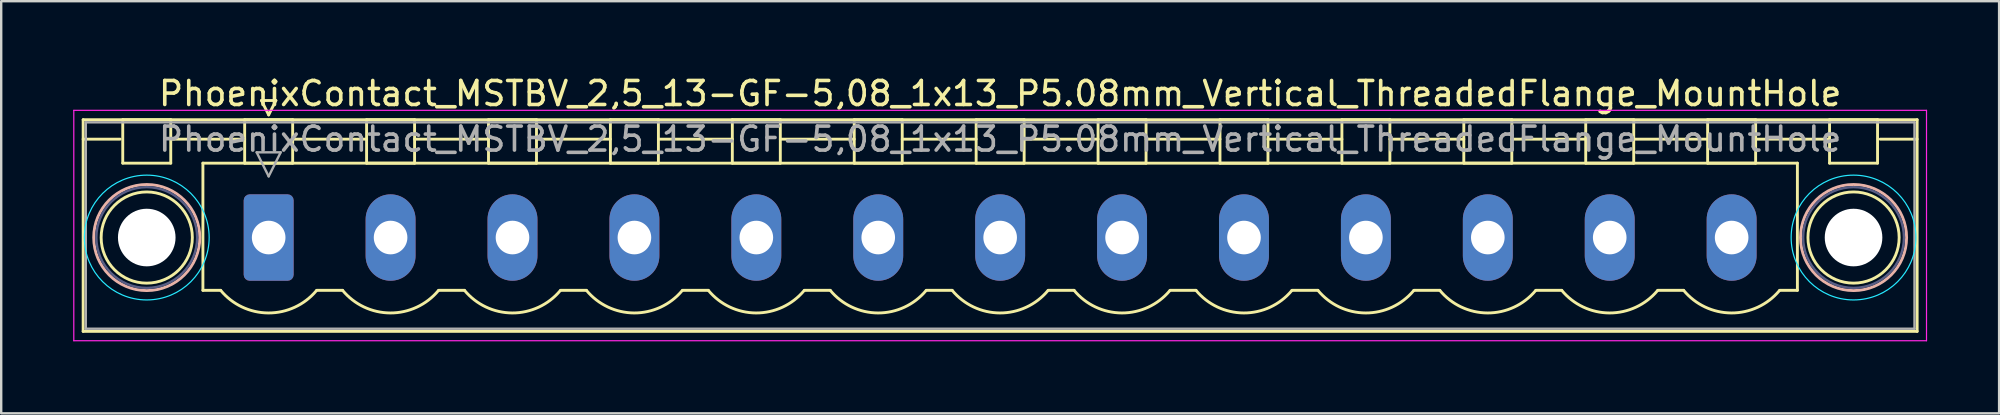
<source format=kicad_pcb>
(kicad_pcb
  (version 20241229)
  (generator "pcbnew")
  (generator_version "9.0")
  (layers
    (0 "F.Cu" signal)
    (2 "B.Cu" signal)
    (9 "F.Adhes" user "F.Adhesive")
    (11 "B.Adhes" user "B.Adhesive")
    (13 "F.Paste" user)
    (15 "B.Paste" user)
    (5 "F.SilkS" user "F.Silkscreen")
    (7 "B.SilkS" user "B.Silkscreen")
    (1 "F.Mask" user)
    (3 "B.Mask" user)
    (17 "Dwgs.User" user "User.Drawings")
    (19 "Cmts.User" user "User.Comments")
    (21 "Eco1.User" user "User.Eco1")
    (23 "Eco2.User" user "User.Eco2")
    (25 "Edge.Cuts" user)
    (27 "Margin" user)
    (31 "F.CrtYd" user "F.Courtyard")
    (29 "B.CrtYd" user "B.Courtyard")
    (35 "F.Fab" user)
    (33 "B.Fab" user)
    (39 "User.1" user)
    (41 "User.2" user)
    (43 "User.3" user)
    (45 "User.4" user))
  (footprint "PhoenixContact_MSTBV_2,5_13-GF-5,08_1x13_P5.08mm_Vertical_ThreadedFlange_MountHole"
    (layer "F.Cu")
    (at 8.145 6.848)
    (property "Reference" "PhoenixContact_MSTBV_2,5_13-GF-5,08_1x13_P5.08mm_Vertical_ThreadedFlange_MountHole" (at 30.48 -6 0) (layer "F.SilkS") (effects (font (size 1 1) (thickness 0.15))))
    (attr through_hole)
    (fp_line (start -7.73 -4.91) (end -7.73 3.91) (stroke (width 0.12) (type solid)) (layer "F.SilkS"))
    (fp_line (start -7.73 -4.1) (end -6.19 -4.1) (stroke (width 0.12) (type solid)) (layer "F.SilkS"))
    (fp_line (start -7.73 3.91) (end 68.69 3.91) (stroke (width 0.12) (type solid)) (layer "F.SilkS"))
    (fp_line (start -6.08 -4.91) (end -4.08 -4.91) (stroke (width 0.12) (type solid)) (layer "F.SilkS"))
    (fp_line (start -6.08 -3.1) (end -6.08 -4.91) (stroke (width 0.12) (type solid)) (layer "F.SilkS"))
    (fp_line (start -4.08 -4.91) (end -4.08 -3.1) (stroke (width 0.12) (type solid)) (layer "F.SilkS"))
    (fp_line (start -4.08 -4.1) (end -1 -4.1) (stroke (width 0.12) (type solid)) (layer "F.SilkS"))
    (fp_line (start -4.08 -3.1) (end -6.08 -3.1) (stroke (width 0.12) (type solid)) (layer "F.SilkS"))
    (fp_line (start -2.74 -3.1) (end 63.7 -3.1) (stroke (width 0.12) (type solid)) (layer "F.SilkS"))
    (fp_line (start -2.74 2.2) (end -2.74 -3.1) (stroke (width 0.12) (type solid)) (layer "F.SilkS"))
    (fp_line (start -2 2.2) (end -2.74 2.2) (stroke (width 0.12) (type solid)) (layer "F.SilkS"))
    (fp_line (start -1 -4.91) (end 1 -4.91) (stroke (width 0.12) (type solid)) (layer "F.SilkS"))
    (fp_line (start -1 -3.1) (end -1 -4.91) (stroke (width 0.12) (type solid)) (layer "F.SilkS"))
    (fp_line (start -0.3 -5.71) (end 0.3 -5.71) (stroke (width 0.12) (type solid)) (layer "F.SilkS"))
    (fp_line (start 0 -5.11) (end -0.3 -5.71) (stroke (width 0.12) (type solid)) (layer "F.SilkS"))
    (fp_line (start 0.3 -5.71) (end 0 -5.11) (stroke (width 0.12) (type solid)) (layer "F.SilkS"))
    (fp_line (start 1 -4.91) (end 1 -3.1) (stroke (width 0.12) (type solid)) (layer "F.SilkS"))
    (fp_line (start 1 -4.1) (end 4.08 -4.1) (stroke (width 0.12) (type solid)) (layer "F.SilkS"))
    (fp_line (start 1 -3.1) (end -1 -3.1) (stroke (width 0.12) (type solid)) (layer "F.SilkS"))
    (fp_line (start 2 2.2) (end 3.08 2.2) (stroke (width 0.12) (type solid)) (layer "F.SilkS"))
    (fp_line (start 4.08 -4.91) (end 6.08 -4.91) (stroke (width 0.12) (type solid)) (layer "F.SilkS"))
    (fp_line (start 4.08 -3.1) (end 4.08 -4.91) (stroke (width 0.12) (type solid)) (layer "F.SilkS"))
    (fp_line (start 6.08 -4.91) (end 6.08 -3.1) (stroke (width 0.12) (type solid)) (layer "F.SilkS"))
    (fp_line (start 6.08 -4.1) (end 9.16 -4.1) (stroke (width 0.12) (type solid)) (layer "F.SilkS"))
    (fp_line (start 6.08 -3.1) (end 4.08 -3.1) (stroke (width 0.12) (type solid)) (layer "F.SilkS"))
    (fp_line (start 7.08 2.2) (end 8.16 2.2) (stroke (width 0.12) (type solid)) (layer "F.SilkS"))
    (fp_line (start 9.16 -4.91) (end 11.16 -4.91) (stroke (width 0.12) (type solid)) (layer "F.SilkS"))
    (fp_line (start 9.16 -3.1) (end 9.16 -4.91) (stroke (width 0.12) (type solid)) (layer "F.SilkS"))
    (fp_line (start 11.16 -4.91) (end 11.16 -3.1) (stroke (width 0.12) (type solid)) (layer "F.SilkS"))
    (fp_line (start 11.16 -4.1) (end 14.24 -4.1) (stroke (width 0.12) (type solid)) (layer "F.SilkS"))
    (fp_line (start 11.16 -3.1) (end 9.16 -3.1) (stroke (width 0.12) (type solid)) (layer "F.SilkS"))
    (fp_line (start 12.16 2.2) (end 13.24 2.2) (stroke (width 0.12) (type solid)) (layer "F.SilkS"))
    (fp_line (start 14.24 -4.91) (end 16.24 -4.91) (stroke (width 0.12) (type solid)) (layer "F.SilkS"))
    (fp_line (start 14.24 -3.1) (end 14.24 -4.91) (stroke (width 0.12) (type solid)) (layer "F.SilkS"))
    (fp_line (start 16.24 -4.91) (end 16.24 -3.1) (stroke (width 0.12) (type solid)) (layer "F.SilkS"))
    (fp_line (start 16.24 -4.1) (end 19.32 -4.1) (stroke (width 0.12) (type solid)) (layer "F.SilkS"))
    (fp_line (start 16.24 -3.1) (end 14.24 -3.1) (stroke (width 0.12) (type solid)) (layer "F.SilkS"))
    (fp_line (start 17.24 2.2) (end 18.32 2.2) (stroke (width 0.12) (type solid)) (layer "F.SilkS"))
    (fp_line (start 19.32 -4.91) (end 21.32 -4.91) (stroke (width 0.12) (type solid)) (layer "F.SilkS"))
    (fp_line (start 19.32 -3.1) (end 19.32 -4.91) (stroke (width 0.12) (type solid)) (layer "F.SilkS"))
    (fp_line (start 21.32 -4.91) (end 21.32 -3.1) (stroke (width 0.12) (type solid)) (layer "F.SilkS"))
    (fp_line (start 21.32 -4.1) (end 24.4 -4.1) (stroke (width 0.12) (type solid)) (layer "F.SilkS"))
    (fp_line (start 21.32 -3.1) (end 19.32 -3.1) (stroke (width 0.12) (type solid)) (layer "F.SilkS"))
    (fp_line (start 22.32 2.2) (end 23.4 2.2) (stroke (width 0.12) (type solid)) (layer "F.SilkS"))
    (fp_line (start 24.4 -4.91) (end 26.4 -4.91) (stroke (width 0.12) (type solid)) (layer "F.SilkS"))
    (fp_line (start 24.4 -3.1) (end 24.4 -4.91) (stroke (width 0.12) (type solid)) (layer "F.SilkS"))
    (fp_line (start 26.4 -4.91) (end 26.4 -3.1) (stroke (width 0.12) (type solid)) (layer "F.SilkS"))
    (fp_line (start 26.4 -4.1) (end 29.48 -4.1) (stroke (width 0.12) (type solid)) (layer "F.SilkS"))
    (fp_line (start 26.4 -3.1) (end 24.4 -3.1) (stroke (width 0.12) (type solid)) (layer "F.SilkS"))
    (fp_line (start 27.4 2.2) (end 28.48 2.2) (stroke (width 0.12) (type solid)) (layer "F.SilkS"))
    (fp_line (start 29.48 -4.91) (end 31.48 -4.91) (stroke (width 0.12) (type solid)) (layer "F.SilkS"))
    (fp_line (start 29.48 -3.1) (end 29.48 -4.91) (stroke (width 0.12) (type solid)) (layer "F.SilkS"))
    (fp_line (start 31.48 -4.91) (end 31.48 -3.1) (stroke (width 0.12) (type solid)) (layer "F.SilkS"))
    (fp_line (start 31.48 -4.1) (end 34.56 -4.1) (stroke (width 0.12) (type solid)) (layer "F.SilkS"))
    (fp_line (start 31.48 -3.1) (end 29.48 -3.1) (stroke (width 0.12) (type solid)) (layer "F.SilkS"))
    (fp_line (start 32.48 2.2) (end 33.56 2.2) (stroke (width 0.12) (type solid)) (layer "F.SilkS"))
    (fp_line (start 34.56 -4.91) (end 36.56 -4.91) (stroke (width 0.12) (type solid)) (layer "F.SilkS"))
    (fp_line (start 34.56 -3.1) (end 34.56 -4.91) (stroke (width 0.12) (type solid)) (layer "F.SilkS"))
    (fp_line (start 36.56 -4.91) (end 36.56 -3.1) (stroke (width 0.12) (type solid)) (layer "F.SilkS"))
    (fp_line (start 36.56 -4.1) (end 39.64 -4.1) (stroke (width 0.12) (type solid)) (layer "F.SilkS"))
    (fp_line (start 36.56 -3.1) (end 34.56 -3.1) (stroke (width 0.12) (type solid)) (layer "F.SilkS"))
    (fp_line (start 37.56 2.2) (end 38.64 2.2) (stroke (width 0.12) (type solid)) (layer "F.SilkS"))
    (fp_line (start 39.64 -4.91) (end 41.64 -4.91) (stroke (width 0.12) (type solid)) (layer "F.SilkS"))
    (fp_line (start 39.64 -3.1) (end 39.64 -4.91) (stroke (width 0.12) (type solid)) (layer "F.SilkS"))
    (fp_line (start 41.64 -4.91) (end 41.64 -3.1) (stroke (width 0.12) (type solid)) (layer "F.SilkS"))
    (fp_line (start 41.64 -4.1) (end 44.72 -4.1) (stroke (width 0.12) (type solid)) (layer "F.SilkS"))
    (fp_line (start 41.64 -3.1) (end 39.64 -3.1) (stroke (width 0.12) (type solid)) (layer "F.SilkS"))
    (fp_line (start 42.64 2.2) (end 43.72 2.2) (stroke (width 0.12) (type solid)) (layer "F.SilkS"))
    (fp_line (start 44.72 -4.91) (end 46.72 -4.91) (stroke (width 0.12) (type solid)) (layer "F.SilkS"))
    (fp_line (start 44.72 -3.1) (end 44.72 -4.91) (stroke (width 0.12) (type solid)) (layer "F.SilkS"))
    (fp_line (start 46.72 -4.91) (end 46.72 -3.1) (stroke (width 0.12) (type solid)) (layer "F.SilkS"))
    (fp_line (start 46.72 -4.1) (end 49.8 -4.1) (stroke (width 0.12) (type solid)) (layer "F.SilkS"))
    (fp_line (start 46.72 -3.1) (end 44.72 -3.1) (stroke (width 0.12) (type solid)) (layer "F.SilkS"))
    (fp_line (start 47.72 2.2) (end 48.8 2.2) (stroke (width 0.12) (type solid)) (layer "F.SilkS"))
    (fp_line (start 49.8 -4.91) (end 51.8 -4.91) (stroke (width 0.12) (type solid)) (layer "F.SilkS"))
    (fp_line (start 49.8 -3.1) (end 49.8 -4.91) (stroke (width 0.12) (type solid)) (layer "F.SilkS"))
    (fp_line (start 51.8 -4.91) (end 51.8 -3.1) (stroke (width 0.12) (type solid)) (layer "F.SilkS"))
    (fp_line (start 51.8 -4.1) (end 54.88 -4.1) (stroke (width 0.12) (type solid)) (layer "F.SilkS"))
    (fp_line (start 51.8 -3.1) (end 49.8 -3.1) (stroke (width 0.12) (type solid)) (layer "F.SilkS"))
    (fp_line (start 52.8 2.2) (end 53.88 2.2) (stroke (width 0.12) (type solid)) (layer "F.SilkS"))
    (fp_line (start 54.88 -4.91) (end 56.88 -4.91) (stroke (width 0.12) (type solid)) (layer "F.SilkS"))
    (fp_line (start 54.88 -3.1) (end 54.88 -4.91) (stroke (width 0.12) (type solid)) (layer "F.SilkS"))
    (fp_line (start 56.88 -4.91) (end 56.88 -3.1) (stroke (width 0.12) (type solid)) (layer "F.SilkS"))
    (fp_line (start 56.88 -4.1) (end 59.96 -4.1) (stroke (width 0.12) (type solid)) (layer "F.SilkS"))
    (fp_line (start 56.88 -3.1) (end 54.88 -3.1) (stroke (width 0.12) (type solid)) (layer "F.SilkS"))
    (fp_line (start 57.88 2.2) (end 58.96 2.2) (stroke (width 0.12) (type solid)) (layer "F.SilkS"))
    (fp_line (start 59.96 -4.91) (end 61.96 -4.91) (stroke (width 0.12) (type solid)) (layer "F.SilkS"))
    (fp_line (start 59.96 -3.1) (end 59.96 -4.91) (stroke (width 0.12) (type solid)) (layer "F.SilkS"))
    (fp_line (start 61.96 -4.91) (end 61.96 -3.1) (stroke (width 0.12) (type solid)) (layer "F.SilkS"))
    (fp_line (start 61.96 -4.1) (end 65.04 -4.1) (stroke (width 0.12) (type solid)) (layer "F.SilkS"))
    (fp_line (start 61.96 -3.1) (end 59.96 -3.1) (stroke (width 0.12) (type solid)) (layer "F.SilkS"))
    (fp_line (start 63.7 -3.1) (end 63.7 2.2) (stroke (width 0.12) (type solid)) (layer "F.SilkS"))
    (fp_line (start 63.7 2.2) (end 62.96 2.2) (stroke (width 0.12) (type solid)) (layer "F.SilkS"))
    (fp_line (start 65.04 -4.91) (end 67.04 -4.91) (stroke (width 0.12) (type solid)) (layer "F.SilkS"))
    (fp_line (start 65.04 -3.1) (end 65.04 -4.91) (stroke (width 0.12) (type solid)) (layer "F.SilkS"))
    (fp_line (start 67.04 -4.91) (end 67.04 -3.1) (stroke (width 0.12) (type solid)) (layer "F.SilkS"))
    (fp_line (start 67.04 -3.1) (end 65.04 -3.1) (stroke (width 0.12) (type solid)) (layer "F.SilkS"))
    (fp_line (start 68.69 -4.91) (end -7.73 -4.91) (stroke (width 0.12) (type solid)) (layer "F.SilkS"))
    (fp_line (start 68.69 -4.1) (end 67.15 -4.1) (stroke (width 0.12) (type solid)) (layer "F.SilkS"))
    (fp_line (start 68.69 3.91) (end 68.69 -4.91) (stroke (width 0.12) (type solid)) (layer "F.SilkS"))
    (fp_arc (start 1.986842 2.215821) (mid -0.010289 3.142758) (end -2 2.2) (stroke (width 0.12) (type solid)) (layer "F.SilkS"))
    (fp_arc (start 7.066842 2.215821) (mid 5.069711 3.142758) (end 3.08 2.2) (stroke (width 0.12) (type solid)) (layer "F.SilkS"))
    (fp_arc (start 12.146842 2.215821) (mid 10.149711 3.142758) (end 8.16 2.2) (stroke (width 0.12) (type solid)) (layer "F.SilkS"))
    (fp_arc (start 17.226842 2.215821) (mid 15.229711 3.142758) (end 13.24 2.2) (stroke (width 0.12) (type solid)) (layer "F.SilkS"))
    (fp_arc (start 22.306842 2.215821) (mid 20.309711 3.142758) (end 18.32 2.2) (stroke (width 0.12) (type solid)) (layer "F.SilkS"))
    (fp_arc (start 27.386842 2.215821) (mid 25.389711 3.142758) (end 23.4 2.2) (stroke (width 0.12) (type solid)) (layer "F.SilkS"))
    (fp_arc (start 32.466842 2.215821) (mid 30.469711 3.142758) (end 28.48 2.2) (stroke (width 0.12) (type solid)) (layer "F.SilkS"))
    (fp_arc (start 37.546842 2.215821) (mid 35.549711 3.142758) (end 33.56 2.2) (stroke (width 0.12) (type solid)) (layer "F.SilkS"))
    (fp_arc (start 42.626842 2.215821) (mid 40.629711 3.142758) (end 38.64 2.2) (stroke (width 0.12) (type solid)) (layer "F.SilkS"))
    (fp_arc (start 47.706842 2.215821) (mid 45.709711 3.142758) (end 43.72 2.2) (stroke (width 0.12) (type solid)) (layer "F.SilkS"))
    (fp_arc (start 52.786842 2.215821) (mid 50.789711 3.142758) (end 48.8 2.2) (stroke (width 0.12) (type solid)) (layer "F.SilkS"))
    (fp_arc (start 57.866842 2.215821) (mid 55.869711 3.142758) (end 53.88 2.2) (stroke (width 0.12) (type solid)) (layer "F.SilkS"))
    (fp_arc (start 62.946842 2.215821) (mid 60.949711 3.142758) (end 58.96 2.2) (stroke (width 0.12) (type solid)) (layer "F.SilkS"))
    (fp_circle (center -5.08 0) (end -3.18 0) (stroke (width 0.12) (type solid)) (fill no) (layer "F.SilkS"))
    (fp_circle (center 66.04 0) (end 67.94 0) (stroke (width 0.12) (type solid)) (fill no) (layer "F.SilkS"))
    (fp_circle (center -5.08 0) (end -2.87 0) (stroke (width 0.12) (type solid)) (fill no) (layer "B.SilkS"))
    (fp_circle (center 66.04 0) (end 68.25 0) (stroke (width 0.12) (type solid)) (fill no) (layer "B.SilkS"))
    (fp_circle (center -5.08 0) (end -2.48 0) (stroke (width 0.05) (type solid)) (fill no) (layer "B.CrtYd"))
    (fp_circle (center 66.04 0) (end 68.64 0) (stroke (width 0.05) (type solid)) (fill no) (layer "B.CrtYd"))
    (fp_line (start -8.12 -5.3) (end -8.12 4.3) (stroke (width 0.05) (type solid)) (layer "F.CrtYd"))
    (fp_line (start -8.12 4.3) (end 69.08 4.3) (stroke (width 0.05) (type solid)) (layer "F.CrtYd"))
    (fp_line (start 69.08 -5.3) (end -8.12 -5.3) (stroke (width 0.05) (type solid)) (layer "F.CrtYd"))
    (fp_line (start 69.08 4.3) (end 69.08 -5.3) (stroke (width 0.05) (type solid)) (layer "F.CrtYd"))
    (fp_circle (center -5.08 0) (end -2.98 0) (stroke (width 0.1) (type solid)) (fill no) (layer "B.Fab"))
    (fp_circle (center 66.04 0) (end 68.14 0) (stroke (width 0.1) (type solid)) (fill no) (layer "B.Fab"))
    (fp_line (start -7.62 -4.8) (end -7.62 3.8) (stroke (width 0.1) (type solid)) (layer "F.Fab"))
    (fp_line (start -7.62 3.8) (end 68.58 3.8) (stroke (width 0.1) (type solid)) (layer "F.Fab"))
    (fp_line (start -0.5 -3.55) (end 0.5 -3.55) (stroke (width 0.1) (type solid)) (layer "F.Fab"))
    (fp_line (start 0 -2.55) (end -0.5 -3.55) (stroke (width 0.1) (type solid)) (layer "F.Fab"))
    (fp_line (start 0.5 -3.55) (end 0 -2.55) (stroke (width 0.1) (type solid)) (layer "F.Fab"))
    (fp_line (start 68.58 -4.8) (end -7.62 -4.8) (stroke (width 0.1) (type solid)) (layer "F.Fab"))
    (fp_line (start 68.58 3.8) (end 68.58 -4.8) (stroke (width 0.1) (type solid)) (layer "F.Fab"))
    (fp_text user "${REFERENCE}" (at 30.48 -4.1 0) (layer "F.Fab") (effects (font (size 1 1) (thickness 0.15))))
    (pad "" np_thru_hole circle (at -5.08 0) (size 2.4 2.4) (drill 2.4) (layers "*.Cu" "*.Mask"))
    (pad "" np_thru_hole circle (at 66.04 0) (size 2.4 2.4) (drill 2.4) (layers "*.Cu" "*.Mask"))
    (pad "1" thru_hole roundrect (at 0 0) (size 2.08 3.6) (drill 1.4) (layers "*.Cu" "*.Mask") (roundrect_rratio 0.12))
    (pad "2" thru_hole oval (at 5.08 0) (size 2.08 3.6) (drill 1.4) (layers "*.Cu" "*.Mask"))
    (pad "3" thru_hole oval (at 10.16 0) (size 2.08 3.6) (drill 1.4) (layers "*.Cu" "*.Mask"))
    (pad "4" thru_hole oval (at 15.24 0) (size 2.08 3.6) (drill 1.4) (layers "*.Cu" "*.Mask"))
    (pad "5" thru_hole oval (at 20.32 0) (size 2.08 3.6) (drill 1.4) (layers "*.Cu" "*.Mask"))
    (pad "6" thru_hole oval (at 25.4 0) (size 2.08 3.6) (drill 1.4) (layers "*.Cu" "*.Mask"))
    (pad "7" thru_hole oval (at 30.48 0) (size 2.08 3.6) (drill 1.4) (layers "*.Cu" "*.Mask"))
    (pad "8" thru_hole oval (at 35.56 0) (size 2.08 3.6) (drill 1.4) (layers "*.Cu" "*.Mask"))
    (pad "9" thru_hole oval (at 40.64 0) (size 2.08 3.6) (drill 1.4) (layers "*.Cu" "*.Mask"))
    (pad "10" thru_hole oval (at 45.72 0) (size 2.08 3.6) (drill 1.4) (layers "*.Cu" "*.Mask"))
    (pad "11" thru_hole oval (at 50.8 0) (size 2.08 3.6) (drill 1.4) (layers "*.Cu" "*.Mask"))
    (pad "12" thru_hole oval (at 55.88 0) (size 2.08 3.6) (drill 1.4) (layers "*.Cu" "*.Mask"))
    (pad "13" thru_hole oval (at 60.96 0) (size 2.08 3.6) (drill 1.4) (layers "*.Cu" "*.Mask")))
  (gr_rect
    (start -3 -3)
    (end 80.25 14.173)
    (stroke (width 0.1) (type default))
    (fill no)
    (layer "Edge.Cuts")))
</source>
